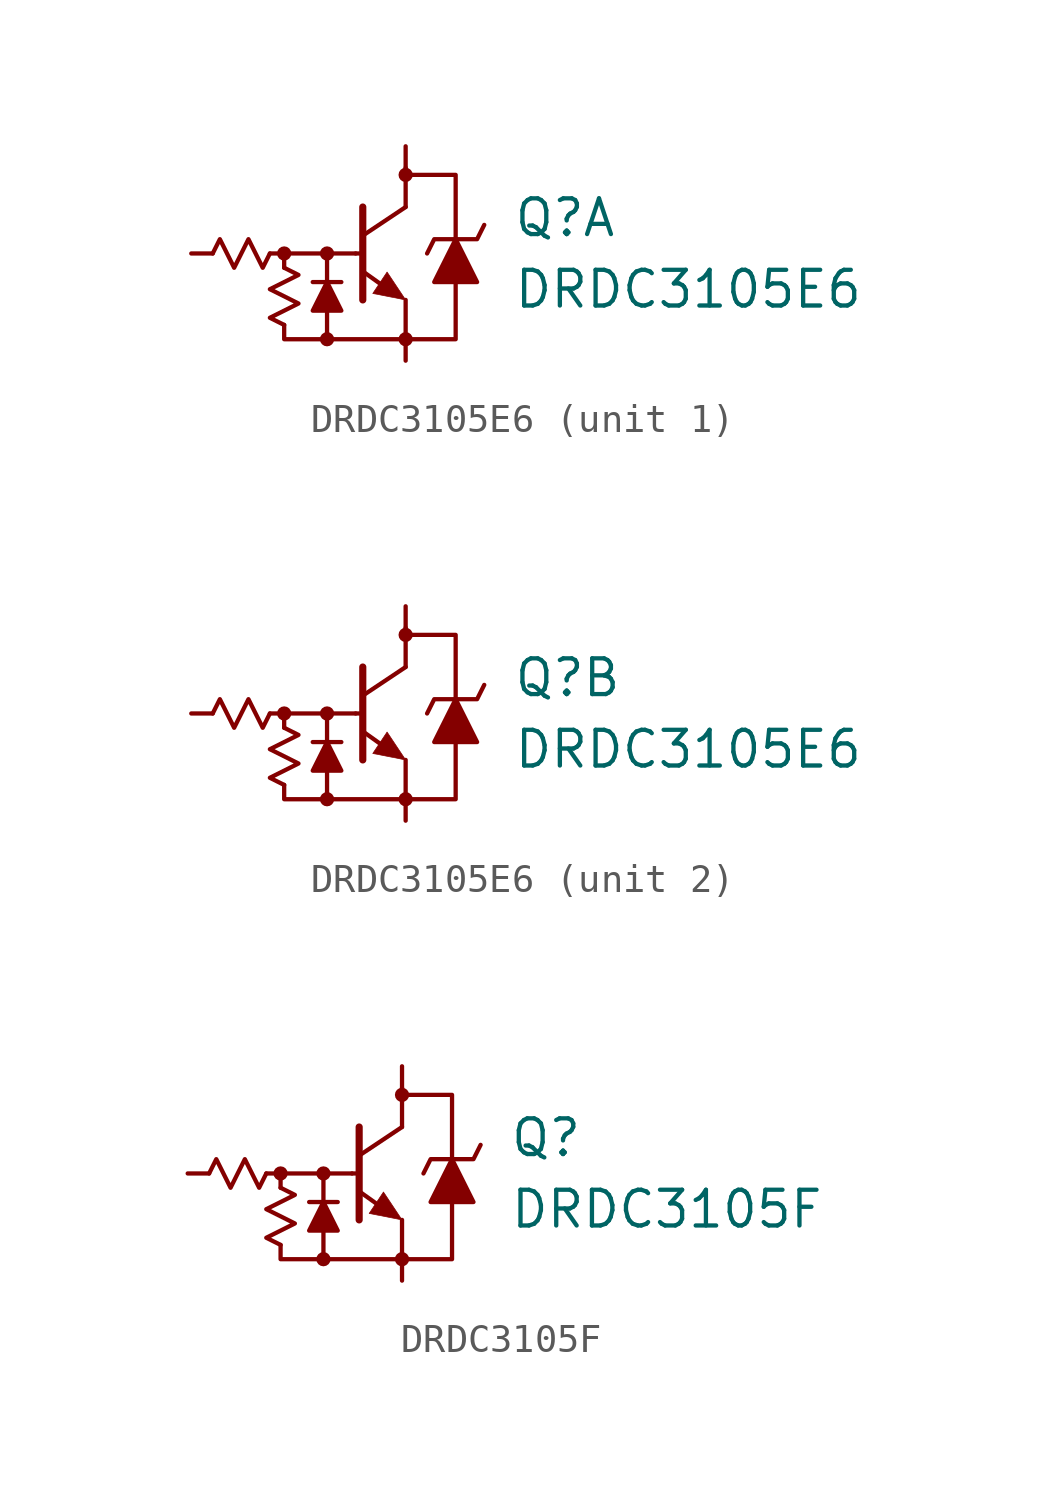
<source format=kicad_sym>
(kicad_symbol_lib
  (version 20211014)
  (generator kicad_symbol_editor)
  (symbol "DRDC3105E6"
    (pin_numbers hide)
    (pin_names
      (offset 1.016))
    (property "Reference" "Q"
      (at 3.81 1.27 0)
      (effects (font (size 1.27 1.27)) (justify left)))
    (property "Value" "DRDC3105E6"
      (at 3.81 -1.27 0)
      (effects (font (size 1.27 1.27)) (justify left)))
    (symbol "DRDC3105E6_0_1"
      (circle (center -4.318 0) (radius 0.127) (stroke (width 0.254) (type default) (color 0 0 0 0)) (fill (type none)))
      (circle (center -2.794 -3.048) (radius 0.127) (stroke (width 0.254) (type default) (color 0 0 0 0)) (fill (type none)))
      (circle (center -2.794 0) (radius 0.127) (stroke (width 0.254) (type default) (color 0 0 0 0)) (fill (type none)))
      (circle (center 0 -3.048) (radius 0.127) (stroke (width 0.254) (type default) (color 0 0 0 0)) (fill (type none)))
      (polyline (pts (xy -4.318 -0.508) (xy -4.318 0)) (stroke (width 0) (type default) (color 0 0 0 0)) (fill (type none)))
      (polyline (pts (xy -2.794 -2.032) (xy -2.794 -3.048)) (stroke (width 0) (type default) (color 0 0 0 0)) (fill (type none)))
      (polyline (pts (xy -2.794 -1.016) (xy -2.794 0)) (stroke (width 0) (type default) (color 0 0 0 0)) (fill (type none)))
      (polyline (pts (xy -2.286 -1.016) (xy -3.302 -1.016)) (stroke (width 0) (type default) (color 0 0 0 0)) (fill (type none)))
      (polyline (pts (xy -1.778 0) (xy -4.826 0)) (stroke (width 0) (type default) (color 0 0 0 0)) (fill (type none)))
      (polyline (pts (xy -1.778 0) (xy -1.524 0)) (stroke (width 0) (type default) (color 0 0 0 0)) (fill (type none)))
      (polyline (pts (xy -1.524 -1.651) (xy -1.524 1.651)) (stroke (width 0.254) (type default) (color 0 0 0 0)) (fill (type none)))
      (polyline (pts (xy -1.524 -0.635) (xy -0.635 -1.27)) (stroke (width 0) (type default) (color 0 0 0 0)) (fill (type none)))
      (polyline (pts (xy 0 -1.651) (xy 0 -3.048)) (stroke (width 0) (type default) (color 0 0 0 0)) (fill (type none)))
      (polyline (pts (xy 0 1.651) (xy -1.524 0.635)) (stroke (width 0) (type default) (color 0 0 0 0)) (fill (type none)))
      (polyline (pts (xy 0 1.651) (xy 0 3.048)) (stroke (width 0) (type default) (color 0 0 0 0)) (fill (type none)))
      (polyline (pts (xy 0 -3.048) (xy -4.318 -3.048) (xy -4.318 -2.54)) (stroke (width 0) (type default) (color 0 0 0 0)) (fill (type none)))
      (polyline (pts (xy -3.302 -2.032) (xy -2.286 -2.032) (xy -2.794 -1.016) (xy -3.302 -2.032)) (stroke (width 0) (type default) (color 0 0 0 0)) (fill (type outline)))
      (polyline (pts (xy 0 -3.048) (xy 1.778 -3.048) (xy 1.778 2.794) (xy 0 2.794)) (stroke (width 0) (type default) (color 0 0 0 0)) (fill (type none)))
      (polyline (pts (xy 0 -1.651) (xy -0.66 -0.66) (xy -1.168 -1.422) (xy 0 -1.651)) (stroke (width 0.025) (type default) (color 0 0 0 0)) (fill (type outline)))
      (polyline (pts (xy 0.762 0) (xy 1.016 0.508) (xy 2.54 0.508) (xy 2.794 1.016)) (stroke (width 0) (type default) (color 0 0 0 0)) (fill (type none)))
      (polyline (pts (xy 1.016 -1.016) (xy 2.54 -1.016) (xy 1.778 0.508) (xy 1.016 -1.016)) (stroke (width 0) (type default) (color 0 0 0 0)) (fill (type outline)))
      (polyline (pts (xy -6.858 0) (xy -6.604 0.508) (xy -6.096 -0.508) (xy -5.588 0.508) (xy -5.08 -0.508) (xy -4.826 0)) (stroke (width 0) (type default) (color 0 0 0 0)) (fill (type none)))
      (polyline (pts (xy -4.318 -2.54) (xy -4.826 -2.286) (xy -3.81 -1.778) (xy -4.826 -1.27) (xy -3.81 -0.762) (xy -4.318 -0.508)) (stroke (width 0) (type default) (color 0 0 0 0)) (fill (type none)))
      (circle (center 0 2.794) (radius 0.127) (stroke (width 0.254) (type default) (color 0 0 0 0)) (fill (type none))))
    (symbol "DRDC3105E6_1_1"
      (pin passive line (at 0 -3.81 90) (length 0.762) (name "~" (effects (font (size 1.27 1.27)))) (number "1" (effects (font (size 0.762 0.762)))))
      (pin passive line (at -7.62 0 0) (length 0.762) (name "~" (effects (font (size 1.27 1.27)))) (number "5" (effects (font (size 0.762 0.762)))))
      (pin passive line (at 0 3.81 270) (length 0.762) (name "~" (effects (font (size 1.27 1.27)))) (number "6" (effects (font (size 0.762 0.762))))))
    (symbol "DRDC3105E6_2_1"
      (pin passive line (at -7.62 0 0) (length 0.762) (name "~" (effects (font (size 1.27 1.27)))) (number "2" (effects (font (size 0.762 0.762)))))
      (pin passive line (at 0 3.81 270) (length 0.762) (name "~" (effects (font (size 1.27 1.27)))) (number "3" (effects (font (size 0.762 0.762)))))
      (pin passive line (at 0 -3.81 90) (length 0.762) (name "~" (effects (font (size 1.27 1.27)))) (number "4" (effects (font (size 0.762 0.762)))))))
  (symbol "DRDC3105F"
    (pin_numbers hide)
    (pin_names
      (offset 1.016))
    (property "Reference" "Q"
      (at 3.81 1.27 0)
      (effects (font (size 1.27 1.27)) (justify left)))
    (property "Value" "DRDC3105F"
      (at 3.81 -1.27 0)
      (effects (font (size 1.27 1.27)) (justify left)))
    (symbol "DRDC3105F_0_1"
      (circle (center -4.318 0) (radius 0.127) (stroke (width 0.254) (type default) (color 0 0 0 0)) (fill (type none)))
      (circle (center -2.794 -3.048) (radius 0.127) (stroke (width 0.254) (type default) (color 0 0 0 0)) (fill (type none)))
      (circle (center -2.794 0) (radius 0.127) (stroke (width 0.254) (type default) (color 0 0 0 0)) (fill (type none)))
      (circle (center 0 -3.048) (radius 0.127) (stroke (width 0.254) (type default) (color 0 0 0 0)) (fill (type none)))
      (polyline (pts (xy -4.318 -0.508) (xy -4.318 0)) (stroke (width 0) (type default) (color 0 0 0 0)) (fill (type none)))
      (polyline (pts (xy -2.794 -2.032) (xy -2.794 -3.048)) (stroke (width 0) (type default) (color 0 0 0 0)) (fill (type none)))
      (polyline (pts (xy -2.794 -1.016) (xy -2.794 0)) (stroke (width 0) (type default) (color 0 0 0 0)) (fill (type none)))
      (polyline (pts (xy -2.286 -1.016) (xy -3.302 -1.016)) (stroke (width 0) (type default) (color 0 0 0 0)) (fill (type none)))
      (polyline (pts (xy -1.778 0) (xy -4.826 0)) (stroke (width 0) (type default) (color 0 0 0 0)) (fill (type none)))
      (polyline (pts (xy -1.778 0) (xy -1.524 0)) (stroke (width 0) (type default) (color 0 0 0 0)) (fill (type none)))
      (polyline (pts (xy -1.524 -1.651) (xy -1.524 1.651)) (stroke (width 0.254) (type default) (color 0 0 0 0)) (fill (type none)))
      (polyline (pts (xy -1.524 -0.635) (xy -0.635 -1.27)) (stroke (width 0) (type default) (color 0 0 0 0)) (fill (type none)))
      (polyline (pts (xy 0 -1.651) (xy 0 -3.048)) (stroke (width 0) (type default) (color 0 0 0 0)) (fill (type none)))
      (polyline (pts (xy 0 1.651) (xy -1.524 0.635)) (stroke (width 0) (type default) (color 0 0 0 0)) (fill (type none)))
      (polyline (pts (xy 0 1.651) (xy 0 3.048)) (stroke (width 0) (type default) (color 0 0 0 0)) (fill (type none)))
      (polyline (pts (xy 0 -3.048) (xy -4.318 -3.048) (xy -4.318 -2.54)) (stroke (width 0) (type default) (color 0 0 0 0)) (fill (type none)))
      (polyline (pts (xy -3.302 -2.032) (xy -2.286 -2.032) (xy -2.794 -1.016) (xy -3.302 -2.032)) (stroke (width 0) (type default) (color 0 0 0 0)) (fill (type outline)))
      (polyline (pts (xy 0 -3.048) (xy 1.778 -3.048) (xy 1.778 2.794) (xy 0 2.794)) (stroke (width 0) (type default) (color 0 0 0 0)) (fill (type none)))
      (polyline (pts (xy 0 -1.651) (xy -0.66 -0.66) (xy -1.168 -1.422) (xy 0 -1.651)) (stroke (width 0.025) (type default) (color 0 0 0 0)) (fill (type outline)))
      (polyline (pts (xy 0.762 0) (xy 1.016 0.508) (xy 2.54 0.508) (xy 2.794 1.016)) (stroke (width 0) (type default) (color 0 0 0 0)) (fill (type none)))
      (polyline (pts (xy 1.016 -1.016) (xy 2.54 -1.016) (xy 1.778 0.508) (xy 1.016 -1.016)) (stroke (width 0) (type default) (color 0 0 0 0)) (fill (type outline)))
      (polyline (pts (xy -6.858 0) (xy -6.604 0.508) (xy -6.096 -0.508) (xy -5.588 0.508) (xy -5.08 -0.508) (xy -4.826 0)) (stroke (width 0) (type default) (color 0 0 0 0)) (fill (type none)))
      (polyline (pts (xy -4.318 -2.54) (xy -4.826 -2.286) (xy -3.81 -1.778) (xy -4.826 -1.27) (xy -3.81 -0.762) (xy -4.318 -0.508)) (stroke (width 0) (type default) (color 0 0 0 0)) (fill (type none)))
      (circle (center 0 2.794) (radius 0.127) (stroke (width 0.254) (type default) (color 0 0 0 0)) (fill (type none))))
    (symbol "DRDC3105F_1_1"
      (pin passive line (at -7.62 0 0) (length 0.762) (name "~" (effects (font (size 1.27 1.27)))) (number "1" (effects (font (size 0.762 0.762)))))
      (pin passive line (at 0 -3.81 90) (length 0.762) (name "~" (effects (font (size 1.27 1.27)))) (number "2" (effects (font (size 0.762 0.762)))))
      (pin passive line (at 0 3.81 270) (length 0.762) (name "~" (effects (font (size 1.27 1.27)))) (number "3" (effects (font (size 0.762 0.762))))))))
</source>
